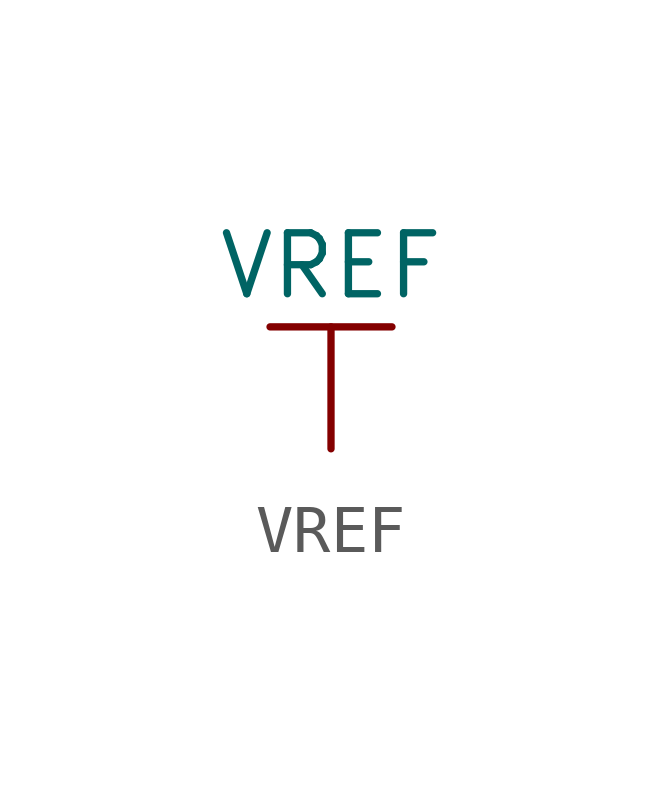
<source format=kicad_sym>
(kicad_symbol_lib
  (version 20220914)
  (generator kicad_symbol_editor)
  (symbol "VREF"
    (power)
    (pin_names
      (offset 0))
    (property "Reference" "#PWR"
      (at 0 -3.81 0)
      (effects (font (size 1.27 1.27)) hide))
    (property "Value" "VREF"
      (at 0 3.81 0)
      (effects (font (size 1.27 1.27))))
    (symbol "VREF_0_1"
      (polyline (pts (xy -1.27 2.54) (xy 1.27 2.54)) (stroke (width 0) (type default)) (fill (type none)))
      (polyline (pts (xy 0 0) (xy 0 2.54)) (stroke (width 0) (type default)) (fill (type none))))
    (symbol "VREF_1_1"
      (pin power_in line (at 0 0 90) (length 0) hide (name "VREF" (effects (font (size 1.27 1.27)))) (number "1" (effects (font (size 1.27 1.27))))))))
</source>
